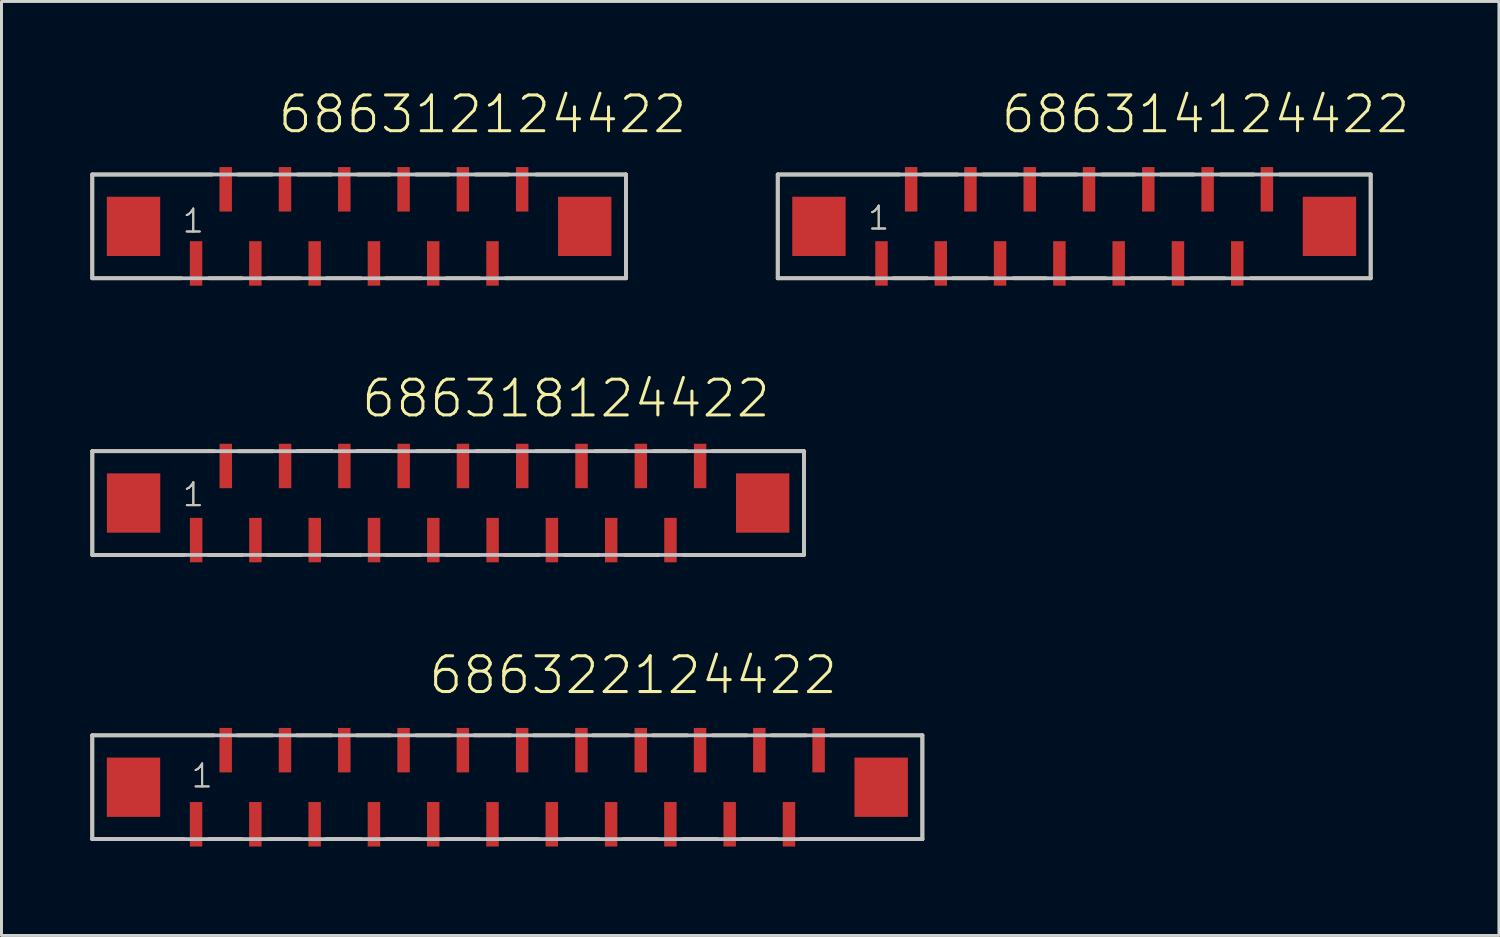
<source format=kicad_pcb>
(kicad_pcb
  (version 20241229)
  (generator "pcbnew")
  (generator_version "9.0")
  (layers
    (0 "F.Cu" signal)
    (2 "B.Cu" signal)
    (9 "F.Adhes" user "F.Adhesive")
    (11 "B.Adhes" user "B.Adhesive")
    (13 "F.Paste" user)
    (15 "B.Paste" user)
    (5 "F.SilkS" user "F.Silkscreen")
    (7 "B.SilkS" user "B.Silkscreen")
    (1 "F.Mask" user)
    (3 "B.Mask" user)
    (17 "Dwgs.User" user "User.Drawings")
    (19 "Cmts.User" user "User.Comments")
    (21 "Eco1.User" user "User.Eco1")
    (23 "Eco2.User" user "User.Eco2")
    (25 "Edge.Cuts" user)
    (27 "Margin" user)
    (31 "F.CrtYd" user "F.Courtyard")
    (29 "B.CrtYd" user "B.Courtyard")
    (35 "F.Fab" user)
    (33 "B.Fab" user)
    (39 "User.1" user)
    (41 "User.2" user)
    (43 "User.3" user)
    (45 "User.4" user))
  (footprint "686312124422"
    (layer "F.Cu")
    (at 9.063 4.586)
    (property "Reference" "686312124422" (at -2.795 -3.075 0) (layer "F.SilkS") (effects (font (size 1.206 1.206) (thickness 0.102)) (justify left bottom)))
    (attr through_hole)
    (fp_line (start -9 -1.75) (end -9 1.75) (stroke (width 0.127) (type solid)) (layer "F.SilkS"))
    (fp_line (start -9 1.75) (end -6 1.75) (stroke (width 0.127) (type solid)) (layer "F.SilkS"))
    (fp_line (start -5.06 1.75) (end -3.96 1.75) (stroke (width 0.127) (type solid)) (layer "F.SilkS"))
    (fp_line (start -4.96 -1.75) (end -9 -1.75) (stroke (width 0.127) (type solid)) (layer "F.SilkS"))
    (fp_line (start -4.09 -1.75) (end -2.94 -1.75) (stroke (width 0.127) (type solid)) (layer "F.SilkS"))
    (fp_line (start -3.09 1.75) (end -1.99 1.75) (stroke (width 0.127) (type solid)) (layer "F.SilkS"))
    (fp_line (start -2.07 -1.75) (end -0.93 -1.75) (stroke (width 0.127) (type solid)) (layer "F.SilkS"))
    (fp_line (start -1.09 1.75) (end 0.05 1.75) (stroke (width 0.127) (type solid)) (layer "F.SilkS"))
    (fp_line (start -0.05 -1.75) (end 1.04 -1.75) (stroke (width 0.127) (type solid)) (layer "F.SilkS"))
    (fp_line (start 0.9 1.75) (end 2.09 1.75) (stroke (width 0.127) (type solid)) (layer "F.SilkS"))
    (fp_line (start 1.92 -1.75) (end 3.02 -1.75) (stroke (width 0.127) (type solid)) (layer "F.SilkS"))
    (fp_line (start 2.95 1.75) (end 4.05 1.75) (stroke (width 0.127) (type solid)) (layer "F.SilkS"))
    (fp_line (start 3.93 -1.75) (end 5.03 -1.75) (stroke (width 0.127) (type solid)) (layer "F.SilkS"))
    (fp_line (start 5.97 -1.75) (end 9 -1.75) (stroke (width 0.127) (type solid)) (layer "F.SilkS"))
    (fp_line (start 9 -1.75) (end 9 1.75) (stroke (width 0.127) (type solid)) (layer "F.SilkS"))
    (fp_line (start 9 1.75) (end 4.94 1.75) (stroke (width 0.127) (type solid)) (layer "F.SilkS"))
    (fp_line (start -9 -1.75) (end -9 1.75) (stroke (width 0.127) (type solid)) (layer "Dwgs.User"))
    (fp_line (start -9 1.75) (end 9 1.75) (stroke (width 0.127) (type solid)) (layer "Dwgs.User"))
    (fp_line (start 9 -1.75) (end -9 -1.75) (stroke (width 0.127) (type solid)) (layer "Dwgs.User"))
    (fp_line (start 9 1.75) (end 9 -1.75) (stroke (width 0.127) (type solid)) (layer "Dwgs.User"))
    (fp_text user "1" (at -6.005 0.27 0) (layer "F.SilkS") (effects (font (size 0.772 0.772) (thickness 0.065)) (justify left bottom)))
    (fp_text user "1" (at -6.005 0.27 0) (layer "Dwgs.User") (effects (font (size 0.772 0.772) (thickness 0.065)) (justify left bottom)))
    (pad "1" smd rect (at -5.5 1.25 180) (size 0.42 1.5) (layers "F.Cu" "F.Mask" "F.Paste"))
    (pad "2" smd rect (at -4.5 -1.25 180) (size 0.42 1.5) (layers "F.Cu" "F.Mask" "F.Paste"))
    (pad "3" smd rect (at -3.5 1.25 180) (size 0.42 1.5) (layers "F.Cu" "F.Mask" "F.Paste"))
    (pad "4" smd rect (at -2.5 -1.25 180) (size 0.42 1.5) (layers "F.Cu" "F.Mask" "F.Paste"))
    (pad "5" smd rect (at -1.5 1.25 180) (size 0.42 1.5) (layers "F.Cu" "F.Mask" "F.Paste"))
    (pad "6" smd rect (at -0.5 -1.25 180) (size 0.42 1.5) (layers "F.Cu" "F.Mask" "F.Paste"))
    (pad "7" smd rect (at 0.5 1.25 180) (size 0.42 1.5) (layers "F.Cu" "F.Mask" "F.Paste"))
    (pad "8" smd rect (at 1.5 -1.25 180) (size 0.42 1.5) (layers "F.Cu" "F.Mask" "F.Paste"))
    (pad "9" smd rect (at 2.5 1.25 180) (size 0.42 1.5) (layers "F.Cu" "F.Mask" "F.Paste"))
    (pad "10" smd rect (at 3.5 -1.25 180) (size 0.42 1.5) (layers "F.Cu" "F.Mask" "F.Paste"))
    (pad "11" smd rect (at 4.5 1.25 180) (size 0.42 1.5) (layers "F.Cu" "F.Mask" "F.Paste"))
    (pad "12" smd rect (at 5.5 -1.25 180) (size 0.42 1.5) (layers "F.Cu" "F.Mask" "F.Paste"))
    (pad "Z1" smd rect (at -7.61 0 180) (size 1.8 2) (layers "F.Cu" "F.Mask" "F.Paste"))
    (pad "Z2" smd rect (at 7.61 0 180) (size 1.8 2) (layers "F.Cu" "F.Mask" "F.Paste")))
  (footprint "686318124422"
    (layer "F.Cu")
    (at 12.066 13.918)
    (property "Reference" "686318124422" (at -2.985 -2.82 0) (layer "F.SilkS") (effects (font (size 1.206 1.206) (thickness 0.102)) (justify left bottom)))
    (attr through_hole)
    (fp_line (start -12.003 -1.749) (end -12.003 1.749) (stroke (width 0.127) (type solid)) (layer "F.SilkS"))
    (fp_line (start -12.003 1.749) (end -8.898 1.749) (stroke (width 0.127) (type solid)) (layer "F.SilkS"))
    (fp_line (start -8.085 1.75) (end -6.951 1.75) (stroke (width 0.127) (type solid)) (layer "F.SilkS"))
    (fp_line (start -7.889 -1.749) (end -12.003 -1.749) (stroke (width 0.127) (type solid)) (layer "F.SilkS"))
    (fp_line (start -7.08 -1.746) (end -5.915 -1.746) (stroke (width 0.127) (type solid)) (layer "F.SilkS"))
    (fp_line (start -6.951 1.75) (end -6.951 1.746) (stroke (width 0.127) (type solid)) (layer "F.SilkS"))
    (fp_line (start -6.086 1.75) (end -4.951 1.75) (stroke (width 0.127) (type solid)) (layer "F.SilkS"))
    (fp_line (start -5.084 -1.754) (end -3.931 -1.754) (stroke (width 0.127) (type solid)) (layer "F.SilkS"))
    (fp_line (start -4.084 1.75) (end -2.959 1.75) (stroke (width 0.127) (type solid)) (layer "F.SilkS"))
    (fp_line (start -3.931 -1.754) (end -3.931 -1.757) (stroke (width 0.127) (type solid)) (layer "F.SilkS"))
    (fp_line (start -3.069 -1.754) (end -1.939 -1.754) (stroke (width 0.127) (type solid)) (layer "F.SilkS"))
    (fp_line (start -2.959 1.75) (end -2.959 1.745) (stroke (width 0.127) (type solid)) (layer "F.SilkS"))
    (fp_line (start -2.099 1.75) (end -0.947 1.75) (stroke (width 0.127) (type solid)) (layer "F.SilkS"))
    (fp_line (start -1.055 -1.75) (end 0.049 -1.75) (stroke (width 0.127) (type solid)) (layer "F.SilkS"))
    (fp_line (start -0.073 1.75) (end 1.043 1.75) (stroke (width 0.127) (type solid)) (layer "F.SilkS"))
    (fp_line (start 0.049 -1.75) (end 0.049 -1.755) (stroke (width 0.127) (type solid)) (layer "F.SilkS"))
    (fp_line (start 0.94 -1.75) (end 2.076 -1.75) (stroke (width 0.127) (type solid)) (layer "F.SilkS"))
    (fp_line (start 1.903 1.75) (end 3.05 1.75) (stroke (width 0.127) (type solid)) (layer "F.SilkS"))
    (fp_line (start 2.962 -1.75) (end 4.076 -1.75) (stroke (width 0.127) (type solid)) (layer "F.SilkS"))
    (fp_line (start 3.05 1.75) (end 3.05 1.745) (stroke (width 0.127) (type solid)) (layer "F.SilkS"))
    (fp_line (start 3.925 1.75) (end 5.058 1.75) (stroke (width 0.127) (type solid)) (layer "F.SilkS"))
    (fp_line (start 4.956 -1.75) (end 6.022 -1.75) (stroke (width 0.127) (type solid)) (layer "F.SilkS"))
    (fp_line (start 5.058 1.75) (end 5.058 1.745) (stroke (width 0.127) (type solid)) (layer "F.SilkS"))
    (fp_line (start 5.96 1.75) (end 7.084 1.75) (stroke (width 0.127) (type solid)) (layer "F.SilkS"))
    (fp_line (start 6.934 -1.75) (end 8.04 -1.75) (stroke (width 0.127) (type solid)) (layer "F.SilkS"))
    (fp_line (start 7.084 1.75) (end 7.084 1.745) (stroke (width 0.127) (type solid)) (layer "F.SilkS"))
    (fp_line (start 8.906 -1.75) (end 12 -1.75) (stroke (width 0.127) (type solid)) (layer "F.SilkS"))
    (fp_line (start 12 -1.75) (end 12 1.75) (stroke (width 0.127) (type solid)) (layer "F.SilkS"))
    (fp_line (start 12 1.75) (end 7.946 1.75) (stroke (width 0.127) (type solid)) (layer "F.SilkS"))
    (fp_line (start -12 -1.75) (end -12 1.75) (stroke (width 0.127) (type solid)) (layer "Dwgs.User"))
    (fp_line (start -12 1.75) (end 12 1.75) (stroke (width 0.127) (type solid)) (layer "Dwgs.User"))
    (fp_line (start 12 -1.75) (end -12 -1.75) (stroke (width 0.127) (type solid)) (layer "Dwgs.User"))
    (fp_line (start 12 1.75) (end 12 -1.75) (stroke (width 0.127) (type solid)) (layer "Dwgs.User"))
    (fp_text user "1" (at -9.005 0.17 0) (layer "F.SilkS") (effects (font (size 0.772 0.772) (thickness 0.065)) (justify left bottom)))
    (fp_text user "1" (at -9.005 0.17 0) (layer "Dwgs.User") (effects (font (size 0.772 0.772) (thickness 0.065)) (justify left bottom)))
    (pad "1" smd rect (at -8.5 1.25 180) (size 0.42 1.5) (layers "F.Cu" "F.Mask" "F.Paste"))
    (pad "2" smd rect (at -7.5 -1.25 180) (size 0.42 1.5) (layers "F.Cu" "F.Mask" "F.Paste"))
    (pad "3" smd rect (at -6.5 1.25 180) (size 0.42 1.5) (layers "F.Cu" "F.Mask" "F.Paste"))
    (pad "4" smd rect (at -5.5 -1.25 180) (size 0.42 1.5) (layers "F.Cu" "F.Mask" "F.Paste"))
    (pad "5" smd rect (at -4.5 1.25 180) (size 0.42 1.5) (layers "F.Cu" "F.Mask" "F.Paste"))
    (pad "6" smd rect (at -3.5 -1.25 180) (size 0.42 1.5) (layers "F.Cu" "F.Mask" "F.Paste"))
    (pad "7" smd rect (at -2.5 1.25 180) (size 0.42 1.5) (layers "F.Cu" "F.Mask" "F.Paste"))
    (pad "8" smd rect (at -1.5 -1.25 180) (size 0.42 1.5) (layers "F.Cu" "F.Mask" "F.Paste"))
    (pad "9" smd rect (at -0.5 1.25 180) (size 0.42 1.5) (layers "F.Cu" "F.Mask" "F.Paste"))
    (pad "10" smd rect (at 0.5 -1.25 180) (size 0.42 1.5) (layers "F.Cu" "F.Mask" "F.Paste"))
    (pad "11" smd rect (at 1.5 1.25 180) (size 0.42 1.5) (layers "F.Cu" "F.Mask" "F.Paste"))
    (pad "12" smd rect (at 2.5 -1.25 180) (size 0.42 1.5) (layers "F.Cu" "F.Mask" "F.Paste"))
    (pad "13" smd rect (at 3.5 1.25 180) (size 0.42 1.5) (layers "F.Cu" "F.Mask" "F.Paste"))
    (pad "14" smd rect (at 4.5 -1.25 180) (size 0.42 1.5) (layers "F.Cu" "F.Mask" "F.Paste"))
    (pad "15" smd rect (at 5.5 1.25 180) (size 0.42 1.5) (layers "F.Cu" "F.Mask" "F.Paste"))
    (pad "16" smd rect (at 6.5 -1.25 180) (size 0.42 1.5) (layers "F.Cu" "F.Mask" "F.Paste"))
    (pad "17" smd rect (at 7.5 1.25 180) (size 0.42 1.5) (layers "F.Cu" "F.Mask" "F.Paste"))
    (pad "18" smd rect (at 8.5 -1.25 180) (size 0.42 1.5) (layers "F.Cu" "F.Mask" "F.Paste"))
    (pad "Z1" smd rect (at -10.61 0 180) (size 1.8 2) (layers "F.Cu" "F.Mask" "F.Paste"))
    (pad "Z2" smd rect (at 10.61 0 180) (size 1.8 2) (layers "F.Cu" "F.Mask" "F.Paste")))
  (footprint "686314124422"
    (layer "F.Cu")
    (at 33.184 4.586)
    (property "Reference" "686314124422" (at -2.525 -3.075 0) (layer "F.SilkS") (effects (font (size 1.206 1.206) (thickness 0.102)) (justify left bottom)))
    (attr through_hole)
    (fp_line (start -10 -1.75) (end -10 1.75) (stroke (width 0.127) (type solid)) (layer "F.SilkS"))
    (fp_line (start -10 1.75) (end -6.93 1.75) (stroke (width 0.127) (type solid)) (layer "F.SilkS"))
    (fp_line (start -6.1 1.75) (end -4.97 1.75) (stroke (width 0.127) (type solid)) (layer "F.SilkS"))
    (fp_line (start -5.89 -1.75) (end -10 -1.75) (stroke (width 0.127) (type solid)) (layer "F.SilkS"))
    (fp_line (start -5.09 -1.75) (end -3.93 -1.75) (stroke (width 0.127) (type solid)) (layer "F.SilkS"))
    (fp_line (start -4.09 1.75) (end -2.93 1.75) (stroke (width 0.127) (type solid)) (layer "F.SilkS"))
    (fp_line (start -3.08 -1.75) (end -1.91 -1.75) (stroke (width 0.127) (type solid)) (layer "F.SilkS"))
    (fp_line (start -2.05 1.75) (end -0.95 1.75) (stroke (width 0.127) (type solid)) (layer "F.SilkS"))
    (fp_line (start -1.09 -1.75) (end 0.09 -1.75) (stroke (width 0.127) (type solid)) (layer "F.SilkS"))
    (fp_line (start -0.07 1.75) (end 1.05 1.75) (stroke (width 0.127) (type solid)) (layer "F.SilkS"))
    (fp_line (start 0.93 -1.75) (end 2.04 -1.75) (stroke (width 0.127) (type solid)) (layer "F.SilkS"))
    (fp_line (start 1.92 1.75) (end 3.09 1.75) (stroke (width 0.127) (type solid)) (layer "F.SilkS"))
    (fp_line (start 2.92 -1.75) (end 4.04 -1.75) (stroke (width 0.127) (type solid)) (layer "F.SilkS"))
    (fp_line (start 3.94 1.75) (end 5.07 1.75) (stroke (width 0.127) (type solid)) (layer "F.SilkS"))
    (fp_line (start 4.94 -1.75) (end 6.06 -1.75) (stroke (width 0.127) (type solid)) (layer "F.SilkS"))
    (fp_line (start 6.93 -1.75) (end 10 -1.75) (stroke (width 0.127) (type solid)) (layer "F.SilkS"))
    (fp_line (start 10 -1.75) (end 10 1.75) (stroke (width 0.127) (type solid)) (layer "F.SilkS"))
    (fp_line (start 10 1.75) (end 5.96 1.75) (stroke (width 0.127) (type solid)) (layer "F.SilkS"))
    (fp_line (start -10 -1.75) (end -10 1.75) (stroke (width 0.127) (type solid)) (layer "Dwgs.User"))
    (fp_line (start -10 1.75) (end 10 1.75) (stroke (width 0.127) (type solid)) (layer "Dwgs.User"))
    (fp_line (start 10 -1.75) (end -10 -1.75) (stroke (width 0.127) (type solid)) (layer "Dwgs.User"))
    (fp_line (start 10 1.75) (end 10 -1.75) (stroke (width 0.127) (type solid)) (layer "Dwgs.User"))
    (fp_text user "1" (at -7.005 0.17 0) (layer "F.SilkS") (effects (font (size 0.772 0.772) (thickness 0.065)) (justify left bottom)))
    (fp_text user "1" (at -7.005 0.17 0) (layer "Dwgs.User") (effects (font (size 0.772 0.772) (thickness 0.065)) (justify left bottom)))
    (pad "1" smd rect (at -6.5 1.25 180) (size 0.42 1.5) (layers "F.Cu" "F.Mask" "F.Paste"))
    (pad "2" smd rect (at -5.5 -1.25 180) (size 0.42 1.5) (layers "F.Cu" "F.Mask" "F.Paste"))
    (pad "3" smd rect (at -4.5 1.25 180) (size 0.42 1.5) (layers "F.Cu" "F.Mask" "F.Paste"))
    (pad "4" smd rect (at -3.5 -1.25 180) (size 0.42 1.5) (layers "F.Cu" "F.Mask" "F.Paste"))
    (pad "5" smd rect (at -2.5 1.25 180) (size 0.42 1.5) (layers "F.Cu" "F.Mask" "F.Paste"))
    (pad "6" smd rect (at -1.5 -1.25 180) (size 0.42 1.5) (layers "F.Cu" "F.Mask" "F.Paste"))
    (pad "7" smd rect (at -0.5 1.25 180) (size 0.42 1.5) (layers "F.Cu" "F.Mask" "F.Paste"))
    (pad "8" smd rect (at 0.5 -1.25 180) (size 0.42 1.5) (layers "F.Cu" "F.Mask" "F.Paste"))
    (pad "9" smd rect (at 1.5 1.25 180) (size 0.42 1.5) (layers "F.Cu" "F.Mask" "F.Paste"))
    (pad "10" smd rect (at 2.5 -1.25 180) (size 0.42 1.5) (layers "F.Cu" "F.Mask" "F.Paste"))
    (pad "11" smd rect (at 3.5 1.25 180) (size 0.42 1.5) (layers "F.Cu" "F.Mask" "F.Paste"))
    (pad "12" smd rect (at 4.5 -1.25 180) (size 0.42 1.5) (layers "F.Cu" "F.Mask" "F.Paste"))
    (pad "13" smd rect (at 5.5 1.25 180) (size 0.42 1.5) (layers "F.Cu" "F.Mask" "F.Paste"))
    (pad "14" smd rect (at 6.5 -1.25 180) (size 0.42 1.5) (layers "F.Cu" "F.Mask" "F.Paste"))
    (pad "Z1" smd rect (at -8.61 0 180) (size 1.8 2) (layers "F.Cu" "F.Mask" "F.Paste"))
    (pad "Z2" smd rect (at 8.61 0 180) (size 1.8 2) (layers "F.Cu" "F.Mask" "F.Paste")))
  (footprint "686322124422"
    (layer "F.Cu")
    (at 14.063 23.504)
    (property "Reference" "686322124422" (at -2.715 -3.075 0) (layer "F.SilkS") (effects (font (size 1.206 1.206) (thickness 0.102)) (justify left bottom)))
    (attr through_hole)
    (fp_line (start -14 -1.75) (end -14 1.75) (stroke (width 0.127) (type solid)) (layer "F.SilkS"))
    (fp_line (start -14 1.75) (end -10.91 1.75) (stroke (width 0.127) (type solid)) (layer "F.SilkS"))
    (fp_line (start -10.07 1.75) (end -8.95 1.75) (stroke (width 0.127) (type solid)) (layer "F.SilkS"))
    (fp_line (start -9.9 -1.75) (end -14 -1.75) (stroke (width 0.127) (type solid)) (layer "F.SilkS"))
    (fp_line (start -9.1 -1.75) (end -7.93 -1.75) (stroke (width 0.127) (type solid)) (layer "F.SilkS"))
    (fp_line (start -8.06 1.75) (end -6.99 1.75) (stroke (width 0.127) (type solid)) (layer "F.SilkS"))
    (fp_line (start -7.09 -1.75) (end -5.93 -1.75) (stroke (width 0.127) (type solid)) (layer "F.SilkS"))
    (fp_line (start -6.1 1.75) (end -4.95 1.75) (stroke (width 0.127) (type solid)) (layer "F.SilkS"))
    (fp_line (start -5.08 -1.75) (end -3.94 -1.75) (stroke (width 0.127) (type solid)) (layer "F.SilkS"))
    (fp_line (start -4.09 1.75) (end -2.96 1.75) (stroke (width 0.127) (type solid)) (layer "F.SilkS"))
    (fp_line (start -3.07 -1.75) (end -1.93 -1.75) (stroke (width 0.127) (type solid)) (layer "F.SilkS"))
    (fp_line (start -2.08 1.75) (end -0.95 1.75) (stroke (width 0.127) (type solid)) (layer "F.SilkS"))
    (fp_line (start -1.12 -1.75) (end 0.11 -1.75) (stroke (width 0.127) (type solid)) (layer "F.SilkS"))
    (fp_line (start -0.08 1.75) (end 1.05 1.75) (stroke (width 0.127) (type solid)) (layer "F.SilkS"))
    (fp_line (start 0.89 -1.75) (end 2.09 -1.75) (stroke (width 0.127) (type solid)) (layer "F.SilkS"))
    (fp_line (start 1.93 1.75) (end 3.07 1.75) (stroke (width 0.127) (type solid)) (layer "F.SilkS"))
    (fp_line (start 2.89 -1.75) (end 4.08 -1.75) (stroke (width 0.127) (type solid)) (layer "F.SilkS"))
    (fp_line (start 3.92 1.75) (end 5.06 1.75) (stroke (width 0.127) (type solid)) (layer "F.SilkS"))
    (fp_line (start 4.91 -1.75) (end 6.06 -1.75) (stroke (width 0.127) (type solid)) (layer "F.SilkS"))
    (fp_line (start 5.92 1.75) (end 7.09 1.75) (stroke (width 0.127) (type solid)) (layer "F.SilkS"))
    (fp_line (start 6.93 -1.75) (end 8.07 -1.75) (stroke (width 0.127) (type solid)) (layer "F.SilkS"))
    (fp_line (start 7.91 1.75) (end 9.09 1.75) (stroke (width 0.127) (type solid)) (layer "F.SilkS"))
    (fp_line (start 8.91 -1.75) (end 10.07 -1.75) (stroke (width 0.127) (type solid)) (layer "F.SilkS"))
    (fp_line (start 9.9 1.75) (end 14 1.75) (stroke (width 0.127) (type solid)) (layer "F.SilkS"))
    (fp_line (start 14 -1.75) (end 10.91 -1.75) (stroke (width 0.127) (type solid)) (layer "F.SilkS"))
    (fp_line (start 14 1.75) (end 14 -1.75) (stroke (width 0.127) (type solid)) (layer "F.SilkS"))
    (fp_line (start -14 -1.75) (end -14 1.75) (stroke (width 0.127) (type solid)) (layer "Dwgs.User"))
    (fp_line (start -14 1.75) (end 14 1.75) (stroke (width 0.127) (type solid)) (layer "Dwgs.User"))
    (fp_line (start 14 -1.75) (end -14 -1.75) (stroke (width 0.127) (type solid)) (layer "Dwgs.User"))
    (fp_line (start 14 1.75) (end 14 -1.75) (stroke (width 0.127) (type solid)) (layer "Dwgs.User"))
    (fp_text user "1" (at -10.705 0.07 0) (layer "F.SilkS") (effects (font (size 0.772 0.772) (thickness 0.065)) (justify left bottom)))
    (fp_text user "1" (at -10.705 0.07 0) (layer "Dwgs.User") (effects (font (size 0.772 0.772) (thickness 0.065)) (justify left bottom)))
    (pad "1" smd rect (at -10.5 1.25 180) (size 0.42 1.5) (layers "F.Cu" "F.Mask" "F.Paste"))
    (pad "2" smd rect (at -9.5 -1.25 180) (size 0.42 1.5) (layers "F.Cu" "F.Mask" "F.Paste"))
    (pad "3" smd rect (at -8.5 1.25 180) (size 0.42 1.5) (layers "F.Cu" "F.Mask" "F.Paste"))
    (pad "4" smd rect (at -7.5 -1.25 180) (size 0.42 1.5) (layers "F.Cu" "F.Mask" "F.Paste"))
    (pad "5" smd rect (at -6.5 1.25 180) (size 0.42 1.5) (layers "F.Cu" "F.Mask" "F.Paste"))
    (pad "6" smd rect (at -5.5 -1.25 180) (size 0.42 1.5) (layers "F.Cu" "F.Mask" "F.Paste"))
    (pad "7" smd rect (at -4.5 1.25 180) (size 0.42 1.5) (layers "F.Cu" "F.Mask" "F.Paste"))
    (pad "8" smd rect (at -3.5 -1.25 180) (size 0.42 1.5) (layers "F.Cu" "F.Mask" "F.Paste"))
    (pad "9" smd rect (at -2.5 1.25 180) (size 0.42 1.5) (layers "F.Cu" "F.Mask" "F.Paste"))
    (pad "10" smd rect (at -1.5 -1.25 180) (size 0.42 1.5) (layers "F.Cu" "F.Mask" "F.Paste"))
    (pad "11" smd rect (at -0.5 1.25 180) (size 0.42 1.5) (layers "F.Cu" "F.Mask" "F.Paste"))
    (pad "12" smd rect (at 0.5 -1.25 180) (size 0.42 1.5) (layers "F.Cu" "F.Mask" "F.Paste"))
    (pad "13" smd rect (at 1.5 1.25 180) (size 0.42 1.5) (layers "F.Cu" "F.Mask" "F.Paste"))
    (pad "14" smd rect (at 2.5 -1.25 180) (size 0.42 1.5) (layers "F.Cu" "F.Mask" "F.Paste"))
    (pad "15" smd rect (at 3.5 1.25 180) (size 0.42 1.5) (layers "F.Cu" "F.Mask" "F.Paste"))
    (pad "16" smd rect (at 4.5 -1.25 180) (size 0.42 1.5) (layers "F.Cu" "F.Mask" "F.Paste"))
    (pad "17" smd rect (at 5.5 1.25 180) (size 0.42 1.5) (layers "F.Cu" "F.Mask" "F.Paste"))
    (pad "18" smd rect (at 6.5 -1.25 180) (size 0.42 1.5) (layers "F.Cu" "F.Mask" "F.Paste"))
    (pad "19" smd rect (at 7.5 1.25 180) (size 0.42 1.5) (layers "F.Cu" "F.Mask" "F.Paste"))
    (pad "20" smd rect (at 8.5 -1.25 180) (size 0.42 1.5) (layers "F.Cu" "F.Mask" "F.Paste"))
    (pad "21" smd rect (at 9.5 1.25 180) (size 0.42 1.5) (layers "F.Cu" "F.Mask" "F.Paste"))
    (pad "22" smd rect (at 10.5 -1.25 180) (size 0.42 1.5) (layers "F.Cu" "F.Mask" "F.Paste"))
    (pad "Z1" smd rect (at -12.61 0 180) (size 1.8 2) (layers "F.Cu" "F.Mask" "F.Paste"))
    (pad "Z2" smd rect (at 12.61 0 180) (size 1.8 2) (layers "F.Cu" "F.Mask" "F.Paste")))
  (gr_rect
    (start -3 -3)
    (end 47.511 28.504)
    (stroke (width 0.1) (type default))
    (fill no)
    (layer "Edge.Cuts")))
</source>
